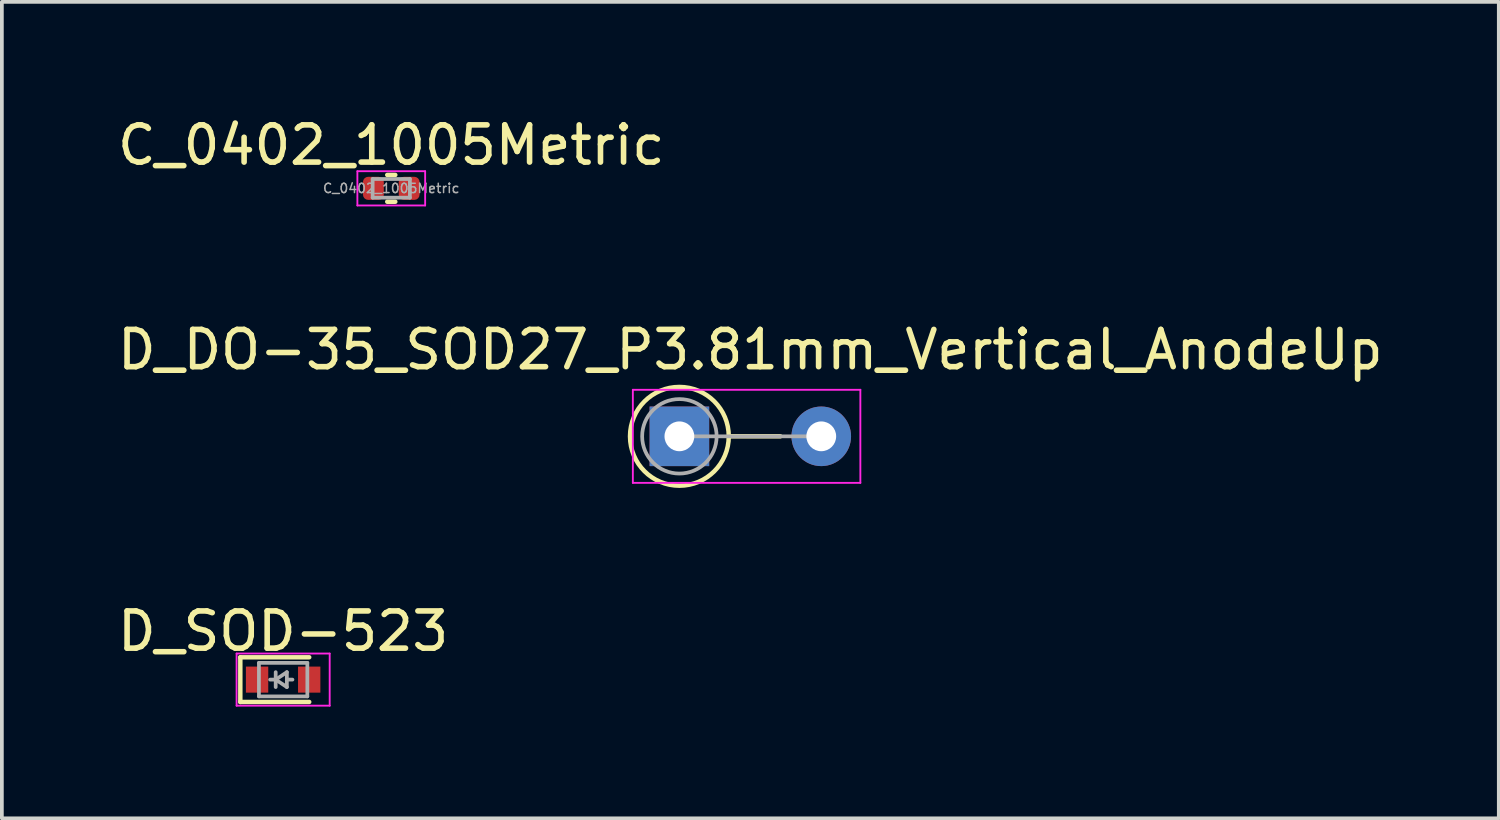
<source format=kicad_pcb>
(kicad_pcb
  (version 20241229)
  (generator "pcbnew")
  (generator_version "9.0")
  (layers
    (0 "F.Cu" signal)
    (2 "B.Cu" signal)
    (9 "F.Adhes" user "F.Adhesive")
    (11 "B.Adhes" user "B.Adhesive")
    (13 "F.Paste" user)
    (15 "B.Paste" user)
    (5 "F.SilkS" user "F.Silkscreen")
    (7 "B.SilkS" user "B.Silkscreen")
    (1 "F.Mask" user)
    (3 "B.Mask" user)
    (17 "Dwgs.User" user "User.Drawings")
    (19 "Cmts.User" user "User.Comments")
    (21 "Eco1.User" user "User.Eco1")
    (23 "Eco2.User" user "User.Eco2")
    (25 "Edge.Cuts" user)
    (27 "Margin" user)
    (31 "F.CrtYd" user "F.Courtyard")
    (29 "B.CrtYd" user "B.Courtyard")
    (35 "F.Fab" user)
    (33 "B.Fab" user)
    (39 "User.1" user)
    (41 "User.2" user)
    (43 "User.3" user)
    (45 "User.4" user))
  (footprint "D_SOD-523"
    (layer "F.Cu")
    (at 4.554 15.202)
    (property "Reference" "D_SOD-523" (at 0 -1.3 0) (layer "F.SilkS") (effects (font (size 1 1) (thickness 0.15))))
    (attr smd)
    (fp_line (start -1.15 -0.6) (end -1.15 0.6) (stroke (width 0.12) (type solid)) (layer "F.SilkS"))
    (fp_line (start 0.7 -0.6) (end -1.15 -0.6) (stroke (width 0.12) (type solid)) (layer "F.SilkS"))
    (fp_line (start 0.7 0.6) (end -1.15 0.6) (stroke (width 0.12) (type solid)) (layer "F.SilkS"))
    (fp_line (start -1.25 -0.7) (end 1.25 -0.7) (stroke (width 0.05) (type solid)) (layer "F.CrtYd"))
    (fp_line (start -1.25 0.7) (end -1.25 -0.7) (stroke (width 0.05) (type solid)) (layer "F.CrtYd"))
    (fp_line (start 1.25 -0.7) (end 1.25 0.7) (stroke (width 0.05) (type solid)) (layer "F.CrtYd"))
    (fp_line (start 1.25 0.7) (end -1.25 0.7) (stroke (width 0.05) (type solid)) (layer "F.CrtYd"))
    (fp_line (start -0.65 -0.45) (end 0.65 -0.45) (stroke (width 0.1) (type solid)) (layer "F.Fab"))
    (fp_line (start -0.65 0.45) (end -0.65 -0.45) (stroke (width 0.1) (type solid)) (layer "F.Fab"))
    (fp_line (start -0.2 0) (end -0.35 0) (stroke (width 0.1) (type solid)) (layer "F.Fab"))
    (fp_line (start -0.2 0) (end 0.1 0.2) (stroke (width 0.1) (type solid)) (layer "F.Fab"))
    (fp_line (start -0.2 0.2) (end -0.2 -0.2) (stroke (width 0.1) (type solid)) (layer "F.Fab"))
    (fp_line (start 0.1 -0.2) (end -0.2 0) (stroke (width 0.1) (type solid)) (layer "F.Fab"))
    (fp_line (start 0.1 0) (end 0.25 0) (stroke (width 0.1) (type solid)) (layer "F.Fab"))
    (fp_line (start 0.1 0.2) (end 0.1 -0.2) (stroke (width 0.1) (type solid)) (layer "F.Fab"))
    (fp_line (start 0.65 -0.45) (end 0.65 0.45) (stroke (width 0.1) (type solid)) (layer "F.Fab"))
    (fp_line (start 0.65 0.45) (end -0.65 0.45) (stroke (width 0.1) (type solid)) (layer "F.Fab"))
    (pad "1" smd rect (at -0.7 0 180) (size 0.6 0.7) (layers "F.Cu" "F.Mask" "F.Paste"))
    (pad "2" smd rect (at 0.7 0 180) (size 0.6 0.7) (layers "F.Cu" "F.Mask" "F.Paste")))
  (footprint "D_DO-35_SOD27_P3.81mm_Vertical_AnodeUp"
    (layer "F.Cu")
    (at 15.196 8.668)
    (property "Reference" "D_DO-35_SOD27_P3.81mm_Vertical_AnodeUp" (at 1.905 -2.326 0) (layer "F.SilkS") (effects (font (size 1 1) (thickness 0.15))))
    (attr through_hole)
    (fp_line (start 1.326 0) (end 2.71 0) (stroke (width 0.12) (type solid)) (layer "F.SilkS"))
    (fp_circle (center 0 0) (end 1.326 0) (stroke (width 0.12) (type solid)) (fill no) (layer "F.SilkS"))
    (fp_line (start -1.25 -1.25) (end -1.25 1.25) (stroke (width 0.05) (type solid)) (layer "F.CrtYd"))
    (fp_line (start -1.25 1.25) (end 4.86 1.25) (stroke (width 0.05) (type solid)) (layer "F.CrtYd"))
    (fp_line (start 4.86 -1.25) (end -1.25 -1.25) (stroke (width 0.05) (type solid)) (layer "F.CrtYd"))
    (fp_line (start 4.86 1.25) (end 4.86 -1.25) (stroke (width 0.05) (type solid)) (layer "F.CrtYd"))
    (fp_line (start 0 0) (end 3.81 0) (stroke (width 0.1) (type solid)) (layer "F.Fab"))
    (fp_circle (center 0 0) (end 1 0) (stroke (width 0.1) (type solid)) (fill no) (layer "F.Fab"))
    (pad "1" thru_hole rect (at 0 0) (size 1.6 1.6) (drill 0.8) (layers "*.Cu" "*.Mask"))
    (pad "2" thru_hole oval (at 3.81 0) (size 1.6 1.6) (drill 0.8) (layers "*.Cu" "*.Mask")))
  (footprint "C_0402_1005Metric"
    (layer "F.Cu")
    (at 7.458 2.008)
    (property "Reference" "C_0402_1005Metric" (at 0 -1.16 0) (layer "F.SilkS") (effects (font (size 1 1) (thickness 0.15))))
    (attr smd)
    (fp_line (start -0.108 -0.36) (end 0.108 -0.36) (stroke (width 0.12) (type solid)) (layer "F.SilkS"))
    (fp_line (start -0.108 0.36) (end 0.108 0.36) (stroke (width 0.12) (type solid)) (layer "F.SilkS"))
    (fp_line (start -0.91 -0.46) (end 0.91 -0.46) (stroke (width 0.05) (type solid)) (layer "F.CrtYd"))
    (fp_line (start -0.91 0.46) (end -0.91 -0.46) (stroke (width 0.05) (type solid)) (layer "F.CrtYd"))
    (fp_line (start 0.91 -0.46) (end 0.91 0.46) (stroke (width 0.05) (type solid)) (layer "F.CrtYd"))
    (fp_line (start 0.91 0.46) (end -0.91 0.46) (stroke (width 0.05) (type solid)) (layer "F.CrtYd"))
    (fp_line (start -0.5 -0.25) (end 0.5 -0.25) (stroke (width 0.1) (type solid)) (layer "F.Fab"))
    (fp_line (start -0.5 0.25) (end -0.5 -0.25) (stroke (width 0.1) (type solid)) (layer "F.Fab"))
    (fp_line (start 0.5 -0.25) (end 0.5 0.25) (stroke (width 0.1) (type solid)) (layer "F.Fab"))
    (fp_line (start 0.5 0.25) (end -0.5 0.25) (stroke (width 0.1) (type solid)) (layer "F.Fab"))
    (fp_text user "${REFERENCE}" (at 0 0 0) (layer "F.Fab") (effects (font (size 0.25 0.25) (thickness 0.04))))
    (pad "1" smd roundrect (at -0.48 0) (size 0.56 0.62) (layers "F.Cu" "F.Mask" "F.Paste") (roundrect_rratio 0.25))
    (pad "2" smd roundrect (at 0.48 0) (size 0.56 0.62) (layers "F.Cu" "F.Mask" "F.Paste") (roundrect_rratio 0.25)))
  (gr_rect
    (start -3 -3)
    (end 37.202 18.927)
    (stroke (width 0.1) (type default))
    (fill no)
    (layer "Edge.Cuts")))
</source>
